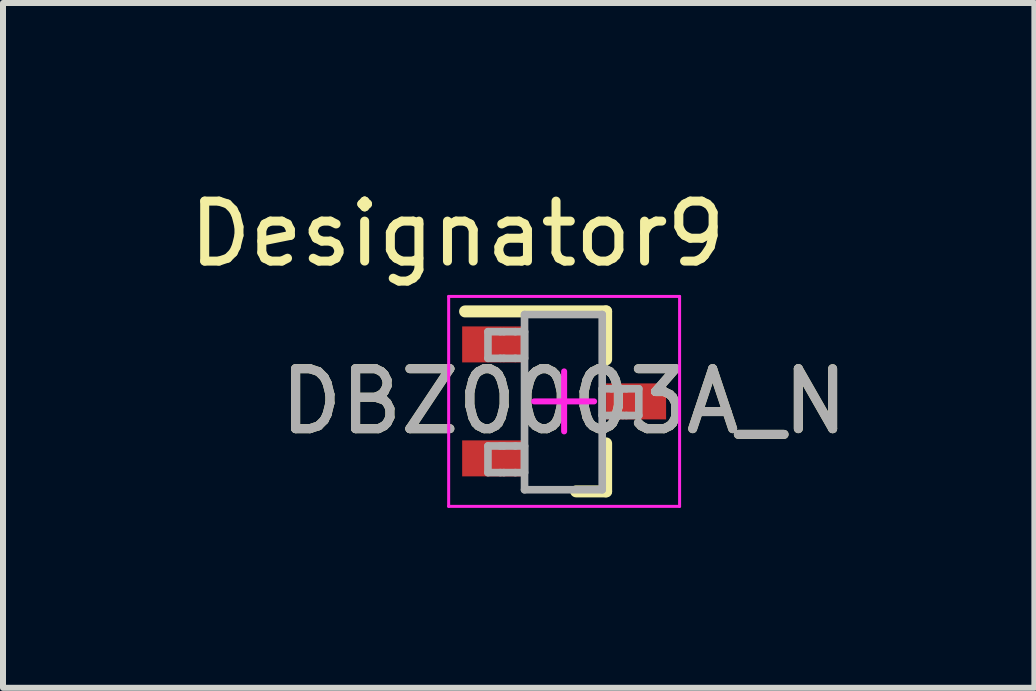
<source format=kicad_pcb>
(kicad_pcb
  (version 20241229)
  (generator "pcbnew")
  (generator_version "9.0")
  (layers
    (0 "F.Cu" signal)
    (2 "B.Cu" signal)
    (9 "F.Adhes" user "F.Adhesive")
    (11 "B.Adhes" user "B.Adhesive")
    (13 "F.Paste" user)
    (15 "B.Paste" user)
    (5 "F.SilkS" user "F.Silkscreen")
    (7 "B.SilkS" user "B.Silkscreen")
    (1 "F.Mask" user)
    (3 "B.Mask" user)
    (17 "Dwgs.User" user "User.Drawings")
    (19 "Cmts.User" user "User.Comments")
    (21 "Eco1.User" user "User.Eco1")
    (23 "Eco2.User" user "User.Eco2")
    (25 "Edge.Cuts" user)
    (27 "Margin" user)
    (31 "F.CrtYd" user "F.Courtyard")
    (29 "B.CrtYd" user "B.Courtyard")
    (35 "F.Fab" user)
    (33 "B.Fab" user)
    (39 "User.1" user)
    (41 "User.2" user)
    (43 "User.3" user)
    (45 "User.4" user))
  (footprint "DBZ0003A_N"
    (layer "F.Cu")
    (at 6.355 3.642)
    (property "Reference" "DBZ0003A_N" (at 0 0 0) (unlocked yes) (layer "F.SilkS") (effects (font (size 1 1) (thickness 0.15))))
    (attr smd)
    (fp_line (start -1.651 -1.5) (end 0.7 -1.5) (stroke (width 0.2) (type solid)) (layer "F.SilkS"))
    (fp_line (start 0.2 1.5) (end 0.7 1.5) (stroke (width 0.2) (type solid)) (layer "F.SilkS"))
    (fp_line (start 0.7 -0.7) (end 0.7 -1.5) (stroke (width 0.2) (type solid)) (layer "F.SilkS"))
    (fp_line (start 0.7 1.5) (end 0.7 0.7) (stroke (width 0.2) (type solid)) (layer "F.SilkS"))
    (fp_line (start -1.925 -1.75) (end 1.925 -1.75) (stroke (width 0.05) (type solid)) (layer "F.CrtYd"))
    (fp_line (start -1.925 1.75) (end -1.925 -1.75) (stroke (width 0.05) (type solid)) (layer "F.CrtYd"))
    (fp_line (start -1.925 1.75) (end 1.925 1.75) (stroke (width 0.05) (type solid)) (layer "F.CrtYd"))
    (fp_line (start -0.5 0) (end 0.5 0) (stroke (width 0.1) (type solid)) (layer "F.CrtYd"))
    (fp_line (start 0 0.5) (end 0 -0.5) (stroke (width 0.1) (type solid)) (layer "F.CrtYd"))
    (fp_line (start 1.925 1.75) (end 1.925 -1.75) (stroke (width 0.05) (type solid)) (layer "F.CrtYd"))
    (fp_line (start -1.27 -1.162) (end -1.063 -1.162) (stroke (width 0.127) (type solid)) (layer "F.Fab"))
    (fp_line (start -1.27 -0.718) (end -1.27 -1.162) (stroke (width 0.127) (type solid)) (layer "F.Fab"))
    (fp_line (start -1.27 -0.718) (end -1.063 -0.718) (stroke (width 0.127) (type solid)) (layer "F.Fab"))
    (fp_line (start -1.27 0.743) (end -1.063 0.743) (stroke (width 0.127) (type solid)) (layer "F.Fab"))
    (fp_line (start -1.27 1.187) (end -1.27 0.743) (stroke (width 0.127) (type solid)) (layer "F.Fab"))
    (fp_line (start -1.27 1.187) (end -1.063 1.187) (stroke (width 0.127) (type solid)) (layer "F.Fab"))
    (fp_line (start -1.063 -1.162) (end -1.005 -1.162) (stroke (width 0.127) (type solid)) (layer "F.Fab"))
    (fp_line (start -1.063 -0.718) (end -1.005 -0.718) (stroke (width 0.127) (type solid)) (layer "F.Fab"))
    (fp_line (start -1.063 0.743) (end -1.005 0.743) (stroke (width 0.127) (type solid)) (layer "F.Fab"))
    (fp_line (start -1.063 1.187) (end -1.005 1.187) (stroke (width 0.127) (type solid)) (layer "F.Fab"))
    (fp_line (start -1.005 -1.162) (end -0.814 -1.162) (stroke (width 0.127) (type solid)) (layer "F.Fab"))
    (fp_line (start -1.005 -0.718) (end -0.814 -0.718) (stroke (width 0.127) (type solid)) (layer "F.Fab"))
    (fp_line (start -1.005 0.743) (end -0.814 0.743) (stroke (width 0.127) (type solid)) (layer "F.Fab"))
    (fp_line (start -1.005 1.187) (end -0.814 1.187) (stroke (width 0.127) (type solid)) (layer "F.Fab"))
    (fp_line (start -0.814 -1.162) (end -0.66 -1.162) (stroke (width 0.127) (type solid)) (layer "F.Fab"))
    (fp_line (start -0.814 -0.718) (end -0.66 -0.718) (stroke (width 0.127) (type solid)) (layer "F.Fab"))
    (fp_line (start -0.814 0.743) (end -0.66 0.743) (stroke (width 0.127) (type solid)) (layer "F.Fab"))
    (fp_line (start -0.814 1.187) (end -0.66 1.187) (stroke (width 0.127) (type solid)) (layer "F.Fab"))
    (fp_line (start -0.66 -1.448) (end 0.635 -1.448) (stroke (width 0.127) (type solid)) (layer "F.Fab"))
    (fp_line (start -0.66 -0.718) (end -0.66 -1.162) (stroke (width 0.127) (type solid)) (layer "F.Fab"))
    (fp_line (start -0.66 1.187) (end -0.66 0.743) (stroke (width 0.127) (type solid)) (layer "F.Fab"))
    (fp_line (start -0.66 1.473) (end -0.66 -1.448) (stroke (width 0.127) (type solid)) (layer "F.Fab"))
    (fp_line (start -0.66 1.473) (end 0.635 1.473) (stroke (width 0.127) (type solid)) (layer "F.Fab"))
    (fp_line (start 0.635 -0.21) (end 0.789 -0.21) (stroke (width 0.127) (type solid)) (layer "F.Fab"))
    (fp_line (start 0.635 0.235) (end 0.635 -0.21) (stroke (width 0.127) (type solid)) (layer "F.Fab"))
    (fp_line (start 0.635 0.235) (end 0.789 0.235) (stroke (width 0.127) (type solid)) (layer "F.Fab"))
    (fp_line (start 0.635 1.473) (end 0.635 -1.448) (stroke (width 0.127) (type solid)) (layer "F.Fab"))
    (fp_line (start 0.789 -0.21) (end 0.98 -0.21) (stroke (width 0.127) (type solid)) (layer "F.Fab"))
    (fp_line (start 0.789 0.235) (end 0.98 0.235) (stroke (width 0.127) (type solid)) (layer "F.Fab"))
    (fp_line (start 0.98 -0.21) (end 1.037 -0.21) (stroke (width 0.127) (type solid)) (layer "F.Fab"))
    (fp_line (start 0.98 0.235) (end 1.037 0.235) (stroke (width 0.127) (type solid)) (layer "F.Fab"))
    (fp_line (start 1.037 -0.21) (end 1.245 -0.21) (stroke (width 0.127) (type solid)) (layer "F.Fab"))
    (fp_line (start 1.037 0.235) (end 1.245 0.235) (stroke (width 0.127) (type solid)) (layer "F.Fab"))
    (fp_line (start 1.245 0.235) (end 1.245 -0.21) (stroke (width 0.127) (type solid)) (layer "F.Fab"))
    (fp_text user "Designator9" (at -1.778 -2.794 0) (unlocked yes) (layer "F.SilkS") (effects (font (size 1 1) (thickness 0.15))))
    (fp_text user "${REFERENCE}" (at 0 0 0) (unlocked yes) (layer "F.Fab") (effects (font (size 1 1) (thickness 0.15))))
    (pad "1" smd rect (at -1.2 -0.95 90) (size 0.6 1) (layers "F.Cu" "F.Mask" "F.Paste"))
    (pad "2" smd rect (at -1.2 0.95 90) (size 0.6 1) (layers "F.Cu" "F.Mask" "F.Paste"))
    (pad "3" smd rect (at 1.2 0 90) (size 0.6 1) (layers "F.Cu" "F.Mask" "F.Paste")))
  (gr_rect
    (start -3 -3)
    (end 14.195 8.417)
    (stroke (width 0.1) (type default))
    (fill no)
    (layer "Edge.Cuts")))
</source>
